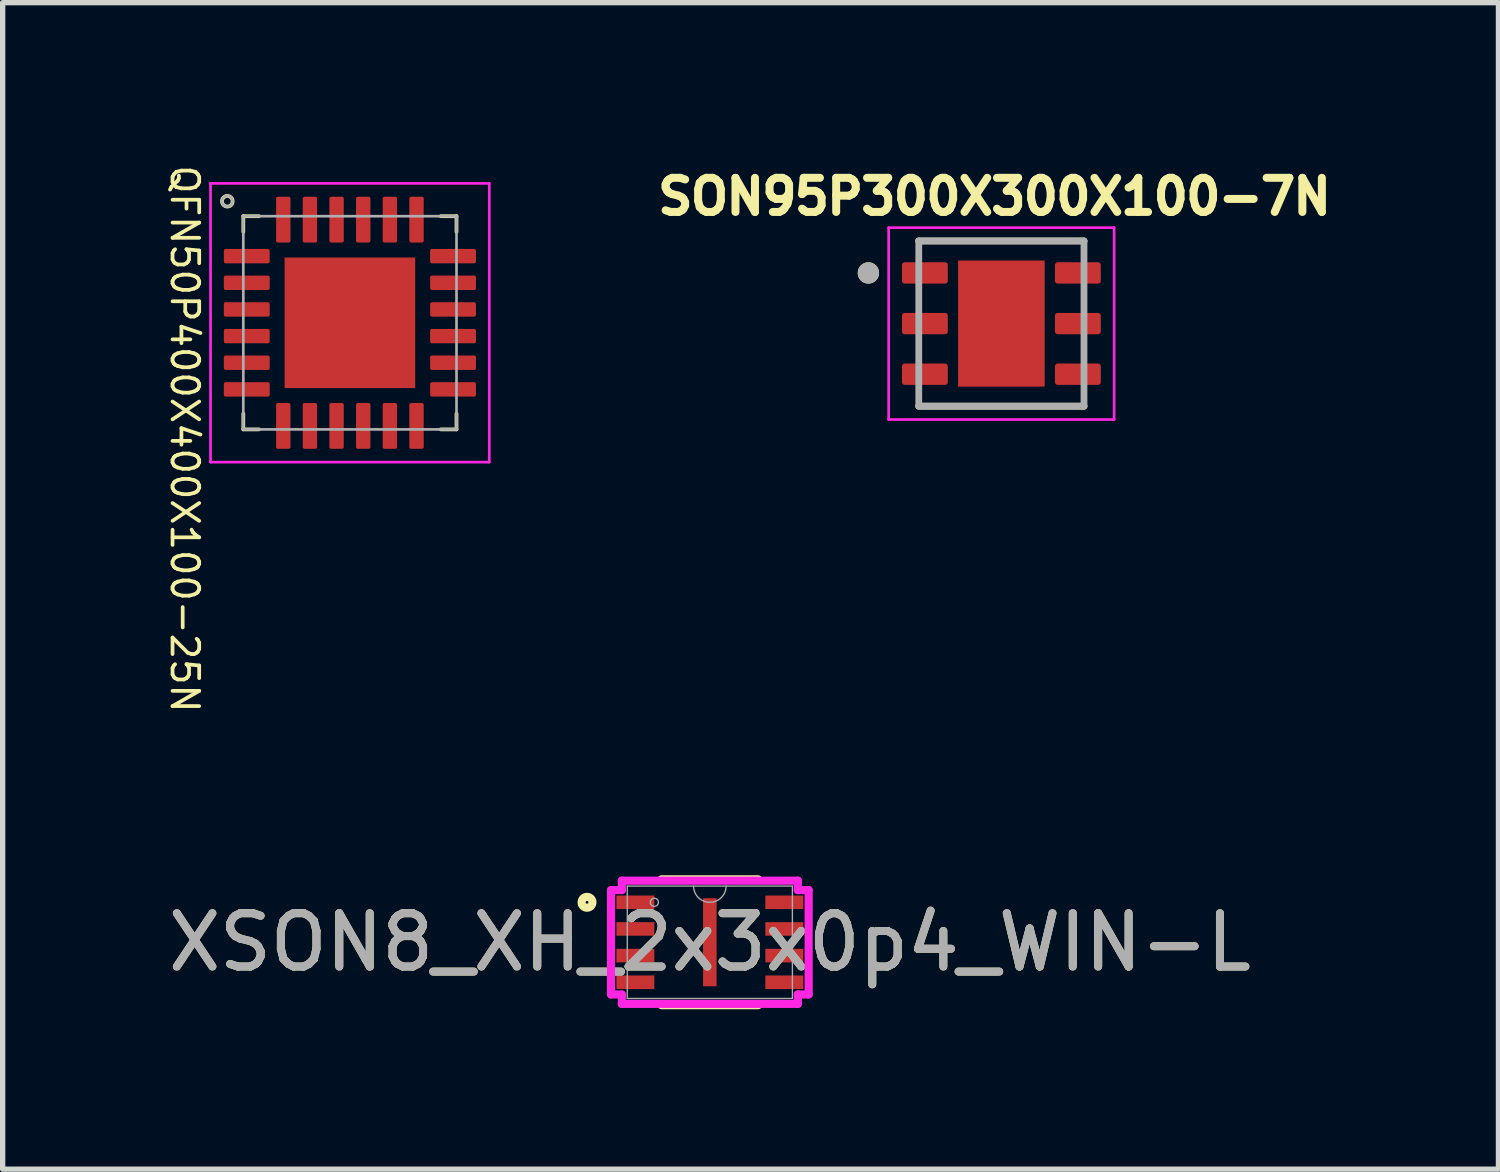
<source format=kicad_pcb>
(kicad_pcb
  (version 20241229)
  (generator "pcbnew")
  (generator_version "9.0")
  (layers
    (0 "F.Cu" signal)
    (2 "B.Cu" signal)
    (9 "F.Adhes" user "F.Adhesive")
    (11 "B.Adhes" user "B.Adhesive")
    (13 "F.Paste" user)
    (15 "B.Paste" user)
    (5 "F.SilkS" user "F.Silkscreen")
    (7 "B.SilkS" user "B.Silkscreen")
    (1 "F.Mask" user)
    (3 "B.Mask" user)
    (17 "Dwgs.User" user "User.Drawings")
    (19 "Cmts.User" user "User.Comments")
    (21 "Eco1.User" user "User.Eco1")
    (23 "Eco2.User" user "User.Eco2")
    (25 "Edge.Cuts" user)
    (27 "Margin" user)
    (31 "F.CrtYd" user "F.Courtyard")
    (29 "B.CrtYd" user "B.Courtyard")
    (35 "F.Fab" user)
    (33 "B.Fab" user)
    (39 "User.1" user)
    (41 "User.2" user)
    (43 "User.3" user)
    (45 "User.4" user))
  (footprint "QFN50P400X400X100-25N"
    (layer "F.Cu")
    (at 3.515 3.006)
    (property "Reference" "QFN50P400X400X100-25N" (at -3.1 2.18 270) (unlocked yes) (layer "F.SilkS") (effects (font (size 0.5 0.5) (thickness 0.07))))
    (attr smd)
    (fp_line (start -2 -2) (end -2 -1.705) (stroke (width 0.07) (type solid)) (layer "F.SilkS"))
    (fp_line (start -2 -2) (end -1.705 -2) (stroke (width 0.07) (type solid)) (layer "F.SilkS"))
    (fp_line (start -2 2) (end -2 1.705) (stroke (width 0.07) (type solid)) (layer "F.SilkS"))
    (fp_line (start -2 2) (end -1.705 2) (stroke (width 0.07) (type solid)) (layer "F.SilkS"))
    (fp_line (start 2 -2) (end 1.705 -2) (stroke (width 0.07) (type solid)) (layer "F.SilkS"))
    (fp_line (start 2 -2) (end 2 -1.705) (stroke (width 0.07) (type solid)) (layer "F.SilkS"))
    (fp_line (start 2 2) (end 1.705 2) (stroke (width 0.07) (type solid)) (layer "F.SilkS"))
    (fp_line (start 2 2) (end 2 1.705) (stroke (width 0.07) (type solid)) (layer "F.SilkS"))
    (fp_circle (center -2.3 -2.28) (end -2.2 -2.28) (stroke (width 0.07) (type solid)) (fill no) (layer "F.SilkS"))
    (fp_poly (pts (xy -0.775 -0.775) (xy 0.775 -0.775) (xy 0.775 0.775) (xy -0.775 0.775)) (stroke (width 0.15) (type solid)) (fill yes) (layer "F.Paste"))
    (fp_line (start -2.615 -2.615) (end 2.615 -2.615) (stroke (width 0.05) (type solid)) (layer "F.CrtYd"))
    (fp_line (start -2.615 2.615) (end -2.615 -2.615) (stroke (width 0.05) (type solid)) (layer "F.CrtYd"))
    (fp_line (start -2.615 2.615) (end 2.615 2.615) (stroke (width 0.05) (type solid)) (layer "F.CrtYd"))
    (fp_line (start 2.615 2.615) (end 2.615 -2.615) (stroke (width 0.05) (type solid)) (layer "F.CrtYd"))
    (fp_line (start -2 2) (end -2 -2) (stroke (width 0.05) (type solid)) (layer "F.Fab"))
    (fp_line (start 2 -2) (end -2 -2) (stroke (width 0.05) (type solid)) (layer "F.Fab"))
    (fp_line (start 2 2) (end -2 2) (stroke (width 0.05) (type solid)) (layer "F.Fab"))
    (fp_line (start 2 2) (end 2 -2) (stroke (width 0.05) (type solid)) (layer "F.Fab"))
    (fp_circle (center -2.3 -2.28) (end -2.2 -2.28) (stroke (width 0.05) (type solid)) (fill no) (layer "F.Fab"))
    (pad "1" smd roundrect (at -1.935 -1.25) (size 0.86 0.27) (layers "F.Cu" "F.Mask" "F.Paste") (roundrect_rratio 0.125))
    (pad "2" smd roundrect (at -1.935 -0.75) (size 0.86 0.27) (layers "F.Cu" "F.Mask" "F.Paste") (roundrect_rratio 0.125))
    (pad "3" smd roundrect (at -1.935 -0.25) (size 0.86 0.27) (layers "F.Cu" "F.Mask" "F.Paste") (roundrect_rratio 0.125))
    (pad "4" smd roundrect (at -1.935 0.25) (size 0.86 0.27) (layers "F.Cu" "F.Mask" "F.Paste") (roundrect_rratio 0.125))
    (pad "5" smd roundrect (at -1.935 0.75) (size 0.86 0.27) (layers "F.Cu" "F.Mask" "F.Paste") (roundrect_rratio 0.125))
    (pad "6" smd roundrect (at -1.935 1.25) (size 0.86 0.27) (layers "F.Cu" "F.Mask" "F.Paste") (roundrect_rratio 0.125))
    (pad "7" smd roundrect (at -1.25 1.935) (size 0.27 0.86) (layers "F.Cu" "F.Mask" "F.Paste") (roundrect_rratio 0.125))
    (pad "8" smd roundrect (at -0.75 1.935) (size 0.27 0.86) (layers "F.Cu" "F.Mask" "F.Paste") (roundrect_rratio 0.125))
    (pad "9" smd roundrect (at -0.25 1.935) (size 0.27 0.86) (layers "F.Cu" "F.Mask" "F.Paste") (roundrect_rratio 0.125))
    (pad "10" smd roundrect (at 0.25 1.935) (size 0.27 0.86) (layers "F.Cu" "F.Mask" "F.Paste") (roundrect_rratio 0.125))
    (pad "11" smd roundrect (at 0.75 1.935) (size 0.27 0.86) (layers "F.Cu" "F.Mask" "F.Paste") (roundrect_rratio 0.125))
    (pad "12" smd roundrect (at 1.25 1.935) (size 0.27 0.86) (layers "F.Cu" "F.Mask" "F.Paste") (roundrect_rratio 0.125))
    (pad "13" smd roundrect (at 1.935 1.25) (size 0.86 0.27) (layers "F.Cu" "F.Mask" "F.Paste") (roundrect_rratio 0.125))
    (pad "14" smd roundrect (at 1.935 0.75) (size 0.86 0.27) (layers "F.Cu" "F.Mask" "F.Paste") (roundrect_rratio 0.125))
    (pad "15" smd roundrect (at 1.935 0.25) (size 0.86 0.27) (layers "F.Cu" "F.Mask" "F.Paste") (roundrect_rratio 0.125))
    (pad "16" smd roundrect (at 1.935 -0.25) (size 0.86 0.27) (layers "F.Cu" "F.Mask" "F.Paste") (roundrect_rratio 0.125))
    (pad "17" smd roundrect (at 1.935 -0.75) (size 0.86 0.27) (layers "F.Cu" "F.Mask" "F.Paste") (roundrect_rratio 0.125))
    (pad "18" smd roundrect (at 1.935 -1.25) (size 0.86 0.27) (layers "F.Cu" "F.Mask" "F.Paste") (roundrect_rratio 0.125))
    (pad "19" smd roundrect (at 1.25 -1.935) (size 0.27 0.86) (layers "F.Cu" "F.Mask" "F.Paste") (roundrect_rratio 0.125))
    (pad "20" smd roundrect (at 0.75 -1.935) (size 0.27 0.86) (layers "F.Cu" "F.Mask" "F.Paste") (roundrect_rratio 0.125))
    (pad "21" smd roundrect (at 0.25 -1.935) (size 0.27 0.86) (layers "F.Cu" "F.Mask" "F.Paste") (roundrect_rratio 0.125))
    (pad "22" smd roundrect (at -0.25 -1.935) (size 0.27 0.86) (layers "F.Cu" "F.Mask" "F.Paste") (roundrect_rratio 0.125))
    (pad "23" smd roundrect (at -0.75 -1.935) (size 0.27 0.86) (layers "F.Cu" "F.Mask" "F.Paste") (roundrect_rratio 0.125))
    (pad "24" smd roundrect (at -1.25 -1.935) (size 0.27 0.86) (layers "F.Cu" "F.Mask" "F.Paste") (roundrect_rratio 0.125))
    (pad "25" smd rect (at 0 0) (size 2.45 2.45) (layers "F.Cu" "F.Mask")))
  (footprint "XSON8_XH_2x3x0p4_WIN-L"
    (layer "F.Cu")
    (at 10.268 14.629)
    (property "Reference" "XSON8_XH_2x3x0p4_WIN-L" (at 0 0 0) (unlocked yes) (layer "F.SilkS") (effects (font (size 1 1) (thickness 0.15))))
    (attr smd)
    (fp_line (start -0.906 1.181) (end 0.906 1.181) (stroke (width 0.152) (type solid)) (layer "F.SilkS"))
    (fp_line (start 0.906 -1.181) (end -0.906 -1.181) (stroke (width 0.152) (type solid)) (layer "F.SilkS"))
    (fp_circle (center -2.304 -0.75) (end -2.202 -0.75) (stroke (width 0.152) (type solid)) (fill no) (layer "F.SilkS"))
    (fp_line (start -1.854 -0.979) (end -1.651 -0.979) (stroke (width 0.152) (type solid)) (layer "F.CrtYd"))
    (fp_line (start -1.854 0.979) (end -1.854 -0.979) (stroke (width 0.152) (type solid)) (layer "F.CrtYd"))
    (fp_line (start -1.854 0.979) (end -1.651 0.979) (stroke (width 0.152) (type solid)) (layer "F.CrtYd"))
    (fp_line (start -1.651 -1.156) (end 1.651 -1.156) (stroke (width 0.152) (type solid)) (layer "F.CrtYd"))
    (fp_line (start -1.651 -0.979) (end -1.651 -1.156) (stroke (width 0.152) (type solid)) (layer "F.CrtYd"))
    (fp_line (start -1.651 1.156) (end -1.651 0.979) (stroke (width 0.152) (type solid)) (layer "F.CrtYd"))
    (fp_line (start 1.651 -1.156) (end 1.651 -0.979) (stroke (width 0.152) (type solid)) (layer "F.CrtYd"))
    (fp_line (start 1.651 0.979) (end 1.651 1.156) (stroke (width 0.152) (type solid)) (layer "F.CrtYd"))
    (fp_line (start 1.651 1.156) (end -1.651 1.156) (stroke (width 0.152) (type solid)) (layer "F.CrtYd"))
    (fp_line (start 1.854 -0.979) (end 1.651 -0.979) (stroke (width 0.152) (type solid)) (layer "F.CrtYd"))
    (fp_line (start 1.854 -0.979) (end 1.854 0.979) (stroke (width 0.152) (type solid)) (layer "F.CrtYd"))
    (fp_line (start 1.854 0.979) (end 1.651 0.979) (stroke (width 0.152) (type solid)) (layer "F.CrtYd"))
    (fp_line (start -1.549 -1.054) (end -1.549 1.054) (stroke (width 0.025) (type solid)) (layer "F.Fab"))
    (fp_line (start -1.549 1.054) (end 1.549 1.054) (stroke (width 0.025) (type solid)) (layer "F.Fab"))
    (fp_line (start 1.549 -1.054) (end -1.549 -1.054) (stroke (width 0.025) (type solid)) (layer "F.Fab"))
    (fp_line (start 1.549 1.054) (end 1.549 -1.054) (stroke (width 0.025) (type solid)) (layer "F.Fab"))
    (fp_arc (start 0.3048 -1.0541) (mid 0 -0.7493) (end -0.3048 -1.0541) (stroke (width 0.0254) (type solid)) (layer "F.Fab"))
    (fp_circle (center -1.041 -0.75) (end -0.965 -0.75) (stroke (width 0.025) (type solid)) (fill no) (layer "F.Fab"))
    (fp_text user "${REFERENCE}" (at 0 0 0) (unlocked yes) (layer "F.Fab") (effects (font (size 1 1) (thickness 0.15))))
    (pad "1" smd rect (at -1.397 -0.75) (size 0.711 0.254) (layers "F.Cu" "F.Mask" "F.Paste"))
    (pad "2" smd rect (at -1.397 -0.25) (size 0.711 0.254) (layers "F.Cu" "F.Mask" "F.Paste"))
    (pad "3" smd rect (at -1.397 0.25) (size 0.711 0.254) (layers "F.Cu" "F.Mask" "F.Paste"))
    (pad "4" smd rect (at -1.397 0.75) (size 0.711 0.254) (layers "F.Cu" "F.Mask" "F.Paste"))
    (pad "5" smd rect (at 1.397 0.75) (size 0.711 0.254) (layers "F.Cu" "F.Mask" "F.Paste"))
    (pad "6" smd rect (at 1.397 0.25) (size 0.711 0.254) (layers "F.Cu" "F.Mask" "F.Paste"))
    (pad "7" smd rect (at 1.397 -0.25) (size 0.711 0.254) (layers "F.Cu" "F.Mask" "F.Paste"))
    (pad "8" smd rect (at 1.397 -0.75) (size 0.711 0.254) (layers "F.Cu" "F.Mask" "F.Paste"))
    (pad "9" smd rect (at 0 0) (size 0.254 1.651) (layers "F.Cu" "F.Mask" "F.Paste")))
  (footprint "SON95P300X300X100-7N"
    (layer "F.Cu")
    (at 15.738 3.021)
    (property "Reference" "SON95P300X300X100-7N" (at -0.128 -2.383 0) (layer "F.SilkS") (effects (font (size 0.64 0.64) (thickness 0.15))))
    (attr smd)
    (fp_line (start -1.55 -1.55) (end 1.55 -1.55) (stroke (width 0.127) (type solid)) (layer "F.SilkS"))
    (fp_line (start -1.55 1.55) (end 1.55 1.55) (stroke (width 0.127) (type solid)) (layer "F.SilkS"))
    (fp_circle (center -2.495 -0.95) (end -2.395 -0.95) (stroke (width 0.2) (type solid)) (fill no) (layer "F.SilkS"))
    (fp_poly (pts (xy -0.514 -0.748) (xy 0.514 -0.748) (xy 0.514 0.748) (xy -0.514 0.748)) (stroke (width 0.01) (type solid)) (fill yes) (layer "F.Paste"))
    (fp_line (start -2.115 -1.8) (end -2.115 1.8) (stroke (width 0.05) (type solid)) (layer "F.CrtYd"))
    (fp_line (start -2.115 -1.8) (end 2.115 -1.8) (stroke (width 0.05) (type solid)) (layer "F.CrtYd"))
    (fp_line (start -2.115 1.8) (end 2.115 1.8) (stroke (width 0.05) (type solid)) (layer "F.CrtYd"))
    (fp_line (start 2.115 -1.8) (end 2.115 1.8) (stroke (width 0.05) (type solid)) (layer "F.CrtYd"))
    (fp_line (start -1.55 -1.55) (end -1.55 1.55) (stroke (width 0.127) (type solid)) (layer "F.Fab"))
    (fp_line (start -1.55 -1.55) (end 1.55 -1.55) (stroke (width 0.127) (type solid)) (layer "F.Fab"))
    (fp_line (start -1.55 1.55) (end 1.55 1.55) (stroke (width 0.127) (type solid)) (layer "F.Fab"))
    (fp_line (start 1.55 -1.55) (end 1.55 1.55) (stroke (width 0.127) (type solid)) (layer "F.Fab"))
    (fp_circle (center -2.495 -0.95) (end -2.395 -0.95) (stroke (width 0.2) (type solid)) (fill no) (layer "F.Fab"))
    (pad "1" smd roundrect (at -1.435 -0.95) (size 0.86 0.4) (layers "F.Cu" "F.Mask" "F.Paste") (roundrect_rratio 0.125))
    (pad "2" smd roundrect (at -1.435 0) (size 0.86 0.4) (layers "F.Cu" "F.Mask" "F.Paste") (roundrect_rratio 0.125))
    (pad "3" smd roundrect (at -1.435 0.95) (size 0.86 0.4) (layers "F.Cu" "F.Mask" "F.Paste") (roundrect_rratio 0.125))
    (pad "4" smd roundrect (at 1.435 0.95) (size 0.86 0.4) (layers "F.Cu" "F.Mask" "F.Paste") (roundrect_rratio 0.125))
    (pad "5" smd roundrect (at 1.435 0) (size 0.86 0.4) (layers "F.Cu" "F.Mask" "F.Paste") (roundrect_rratio 0.125))
    (pad "6" smd roundrect (at 1.435 -0.95) (size 0.86 0.4) (layers "F.Cu" "F.Mask" "F.Paste") (roundrect_rratio 0.125))
    (pad "7" smd rect (at 0 0) (size 1.625 2.365) (layers "F.Cu" "F.Mask")))
  (gr_rect
    (start -3 -3)
    (end 25.064 18.886)
    (stroke (width 0.1) (type default))
    (fill no)
    (layer "Edge.Cuts")))
</source>
